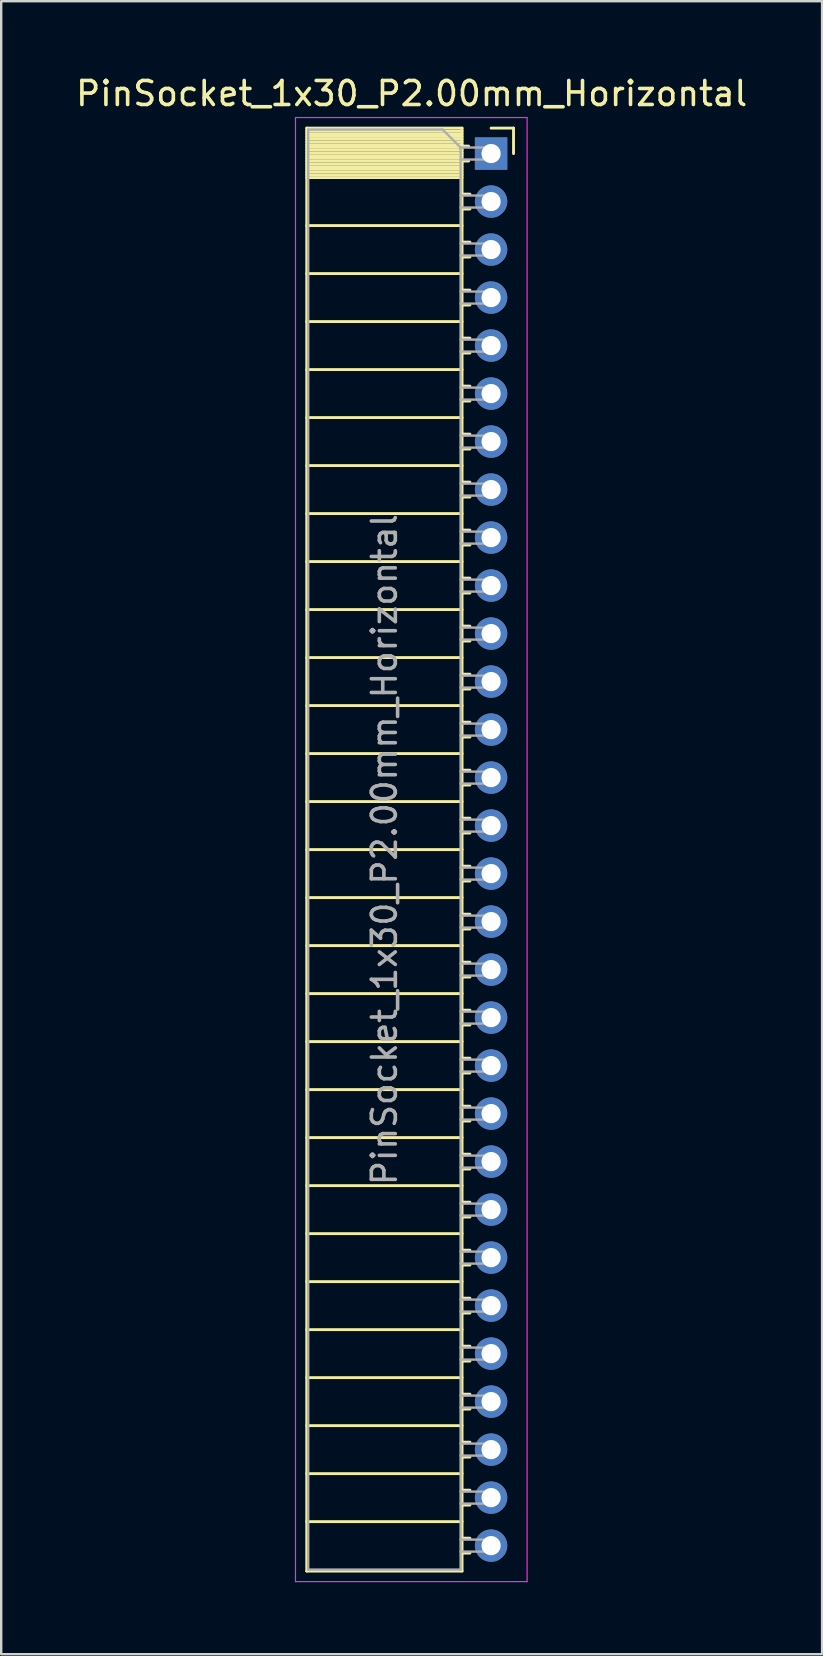
<source format=kicad_pcb>
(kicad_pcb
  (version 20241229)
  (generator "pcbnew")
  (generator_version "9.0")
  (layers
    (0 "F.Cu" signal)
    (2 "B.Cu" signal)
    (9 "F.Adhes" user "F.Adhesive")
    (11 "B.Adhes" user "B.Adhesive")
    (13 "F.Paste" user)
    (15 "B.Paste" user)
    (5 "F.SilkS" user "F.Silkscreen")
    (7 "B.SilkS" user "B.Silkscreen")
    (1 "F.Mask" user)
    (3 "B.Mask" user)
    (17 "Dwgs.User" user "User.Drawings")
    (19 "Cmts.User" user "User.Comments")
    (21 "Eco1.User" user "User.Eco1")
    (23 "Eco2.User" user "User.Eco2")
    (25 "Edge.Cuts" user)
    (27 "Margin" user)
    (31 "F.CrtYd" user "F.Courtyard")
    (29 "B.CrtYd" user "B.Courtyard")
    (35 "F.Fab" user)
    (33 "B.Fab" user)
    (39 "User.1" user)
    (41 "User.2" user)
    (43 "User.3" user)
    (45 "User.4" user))
  (footprint "PinSocket_1x30_P2.00mm_Horizontal"
    (layer "F.Cu")
    (at 17.411 3.348)
    (property "Reference" "PinSocket_1x30_P2.00mm_Horizontal" (at -3.31 -2.5 0) (layer "F.SilkS") (effects (font (size 1 1) (thickness 0.15))))
    (attr through_hole)
    (fp_line (start -7.68 -1.06) (end -7.68 59.06) (stroke (width 0.12) (type solid)) (layer "F.SilkS"))
    (fp_line (start -7.68 -1.06) (end -1.21 -1.06) (stroke (width 0.12) (type solid)) (layer "F.SilkS"))
    (fp_line (start -7.68 -0.94) (end -1.21 -0.94) (stroke (width 0.12) (type solid)) (layer "F.SilkS"))
    (fp_line (start -7.68 -0.826) (end -1.21 -0.826) (stroke (width 0.12) (type solid)) (layer "F.SilkS"))
    (fp_line (start -7.68 -0.712) (end -1.21 -0.712) (stroke (width 0.12) (type solid)) (layer "F.SilkS"))
    (fp_line (start -7.68 -0.598) (end -1.21 -0.598) (stroke (width 0.12) (type solid)) (layer "F.SilkS"))
    (fp_line (start -7.68 -0.484) (end -1.21 -0.484) (stroke (width 0.12) (type solid)) (layer "F.SilkS"))
    (fp_line (start -7.68 -0.369) (end -1.21 -0.369) (stroke (width 0.12) (type solid)) (layer "F.SilkS"))
    (fp_line (start -7.68 -0.255) (end -1.21 -0.255) (stroke (width 0.12) (type solid)) (layer "F.SilkS"))
    (fp_line (start -7.68 -0.141) (end -1.21 -0.141) (stroke (width 0.12) (type solid)) (layer "F.SilkS"))
    (fp_line (start -7.68 -0.027) (end -1.21 -0.027) (stroke (width 0.12) (type solid)) (layer "F.SilkS"))
    (fp_line (start -7.68 0.087) (end -1.21 0.087) (stroke (width 0.12) (type solid)) (layer "F.SilkS"))
    (fp_line (start -7.68 0.201) (end -1.21 0.201) (stroke (width 0.12) (type solid)) (layer "F.SilkS"))
    (fp_line (start -7.68 0.315) (end -1.21 0.315) (stroke (width 0.12) (type solid)) (layer "F.SilkS"))
    (fp_line (start -7.68 0.429) (end -1.21 0.429) (stroke (width 0.12) (type solid)) (layer "F.SilkS"))
    (fp_line (start -7.68 0.544) (end -1.21 0.544) (stroke (width 0.12) (type solid)) (layer "F.SilkS"))
    (fp_line (start -7.68 0.658) (end -1.21 0.658) (stroke (width 0.12) (type solid)) (layer "F.SilkS"))
    (fp_line (start -7.68 0.772) (end -1.21 0.772) (stroke (width 0.12) (type solid)) (layer "F.SilkS"))
    (fp_line (start -7.68 0.886) (end -1.21 0.886) (stroke (width 0.12) (type solid)) (layer "F.SilkS"))
    (fp_line (start -7.68 1) (end -1.21 1) (stroke (width 0.12) (type solid)) (layer "F.SilkS"))
    (fp_line (start -7.68 3) (end -1.21 3) (stroke (width 0.12) (type solid)) (layer "F.SilkS"))
    (fp_line (start -7.68 5) (end -1.21 5) (stroke (width 0.12) (type solid)) (layer "F.SilkS"))
    (fp_line (start -7.68 7) (end -1.21 7) (stroke (width 0.12) (type solid)) (layer "F.SilkS"))
    (fp_line (start -7.68 9) (end -1.21 9) (stroke (width 0.12) (type solid)) (layer "F.SilkS"))
    (fp_line (start -7.68 11) (end -1.21 11) (stroke (width 0.12) (type solid)) (layer "F.SilkS"))
    (fp_line (start -7.68 13) (end -1.21 13) (stroke (width 0.12) (type solid)) (layer "F.SilkS"))
    (fp_line (start -7.68 15) (end -1.21 15) (stroke (width 0.12) (type solid)) (layer "F.SilkS"))
    (fp_line (start -7.68 17) (end -1.21 17) (stroke (width 0.12) (type solid)) (layer "F.SilkS"))
    (fp_line (start -7.68 19) (end -1.21 19) (stroke (width 0.12) (type solid)) (layer "F.SilkS"))
    (fp_line (start -7.68 21) (end -1.21 21) (stroke (width 0.12) (type solid)) (layer "F.SilkS"))
    (fp_line (start -7.68 23) (end -1.21 23) (stroke (width 0.12) (type solid)) (layer "F.SilkS"))
    (fp_line (start -7.68 25) (end -1.21 25) (stroke (width 0.12) (type solid)) (layer "F.SilkS"))
    (fp_line (start -7.68 27) (end -1.21 27) (stroke (width 0.12) (type solid)) (layer "F.SilkS"))
    (fp_line (start -7.68 29) (end -1.21 29) (stroke (width 0.12) (type solid)) (layer "F.SilkS"))
    (fp_line (start -7.68 31) (end -1.21 31) (stroke (width 0.12) (type solid)) (layer "F.SilkS"))
    (fp_line (start -7.68 33) (end -1.21 33) (stroke (width 0.12) (type solid)) (layer "F.SilkS"))
    (fp_line (start -7.68 35) (end -1.21 35) (stroke (width 0.12) (type solid)) (layer "F.SilkS"))
    (fp_line (start -7.68 37) (end -1.21 37) (stroke (width 0.12) (type solid)) (layer "F.SilkS"))
    (fp_line (start -7.68 39) (end -1.21 39) (stroke (width 0.12) (type solid)) (layer "F.SilkS"))
    (fp_line (start -7.68 41) (end -1.21 41) (stroke (width 0.12) (type solid)) (layer "F.SilkS"))
    (fp_line (start -7.68 43) (end -1.21 43) (stroke (width 0.12) (type solid)) (layer "F.SilkS"))
    (fp_line (start -7.68 45) (end -1.21 45) (stroke (width 0.12) (type solid)) (layer "F.SilkS"))
    (fp_line (start -7.68 47) (end -1.21 47) (stroke (width 0.12) (type solid)) (layer "F.SilkS"))
    (fp_line (start -7.68 49) (end -1.21 49) (stroke (width 0.12) (type solid)) (layer "F.SilkS"))
    (fp_line (start -7.68 51) (end -1.21 51) (stroke (width 0.12) (type solid)) (layer "F.SilkS"))
    (fp_line (start -7.68 53) (end -1.21 53) (stroke (width 0.12) (type solid)) (layer "F.SilkS"))
    (fp_line (start -7.68 55) (end -1.21 55) (stroke (width 0.12) (type solid)) (layer "F.SilkS"))
    (fp_line (start -7.68 57) (end -1.21 57) (stroke (width 0.12) (type solid)) (layer "F.SilkS"))
    (fp_line (start -7.68 59.06) (end -1.21 59.06) (stroke (width 0.12) (type solid)) (layer "F.SilkS"))
    (fp_line (start -1.21 -1.06) (end -1.21 59.06) (stroke (width 0.12) (type solid)) (layer "F.SilkS"))
    (fp_line (start -1.21 -0.31) (end -0.935 -0.31) (stroke (width 0.12) (type solid)) (layer "F.SilkS"))
    (fp_line (start -1.21 0.31) (end -0.935 0.31) (stroke (width 0.12) (type solid)) (layer "F.SilkS"))
    (fp_line (start -1.21 1.69) (end -0.882 1.69) (stroke (width 0.12) (type solid)) (layer "F.SilkS"))
    (fp_line (start -1.21 2.31) (end -0.882 2.31) (stroke (width 0.12) (type solid)) (layer "F.SilkS"))
    (fp_line (start -1.21 3.69) (end -0.882 3.69) (stroke (width 0.12) (type solid)) (layer "F.SilkS"))
    (fp_line (start -1.21 4.31) (end -0.882 4.31) (stroke (width 0.12) (type solid)) (layer "F.SilkS"))
    (fp_line (start -1.21 5.69) (end -0.882 5.69) (stroke (width 0.12) (type solid)) (layer "F.SilkS"))
    (fp_line (start -1.21 6.31) (end -0.882 6.31) (stroke (width 0.12) (type solid)) (layer "F.SilkS"))
    (fp_line (start -1.21 7.69) (end -0.882 7.69) (stroke (width 0.12) (type solid)) (layer "F.SilkS"))
    (fp_line (start -1.21 8.31) (end -0.882 8.31) (stroke (width 0.12) (type solid)) (layer "F.SilkS"))
    (fp_line (start -1.21 9.69) (end -0.882 9.69) (stroke (width 0.12) (type solid)) (layer "F.SilkS"))
    (fp_line (start -1.21 10.31) (end -0.882 10.31) (stroke (width 0.12) (type solid)) (layer "F.SilkS"))
    (fp_line (start -1.21 11.69) (end -0.882 11.69) (stroke (width 0.12) (type solid)) (layer "F.SilkS"))
    (fp_line (start -1.21 12.31) (end -0.882 12.31) (stroke (width 0.12) (type solid)) (layer "F.SilkS"))
    (fp_line (start -1.21 13.69) (end -0.882 13.69) (stroke (width 0.12) (type solid)) (layer "F.SilkS"))
    (fp_line (start -1.21 14.31) (end -0.882 14.31) (stroke (width 0.12) (type solid)) (layer "F.SilkS"))
    (fp_line (start -1.21 15.69) (end -0.882 15.69) (stroke (width 0.12) (type solid)) (layer "F.SilkS"))
    (fp_line (start -1.21 16.31) (end -0.882 16.31) (stroke (width 0.12) (type solid)) (layer "F.SilkS"))
    (fp_line (start -1.21 17.69) (end -0.882 17.69) (stroke (width 0.12) (type solid)) (layer "F.SilkS"))
    (fp_line (start -1.21 18.31) (end -0.882 18.31) (stroke (width 0.12) (type solid)) (layer "F.SilkS"))
    (fp_line (start -1.21 19.69) (end -0.882 19.69) (stroke (width 0.12) (type solid)) (layer "F.SilkS"))
    (fp_line (start -1.21 20.31) (end -0.882 20.31) (stroke (width 0.12) (type solid)) (layer "F.SilkS"))
    (fp_line (start -1.21 21.69) (end -0.882 21.69) (stroke (width 0.12) (type solid)) (layer "F.SilkS"))
    (fp_line (start -1.21 22.31) (end -0.882 22.31) (stroke (width 0.12) (type solid)) (layer "F.SilkS"))
    (fp_line (start -1.21 23.69) (end -0.882 23.69) (stroke (width 0.12) (type solid)) (layer "F.SilkS"))
    (fp_line (start -1.21 24.31) (end -0.882 24.31) (stroke (width 0.12) (type solid)) (layer "F.SilkS"))
    (fp_line (start -1.21 25.69) (end -0.882 25.69) (stroke (width 0.12) (type solid)) (layer "F.SilkS"))
    (fp_line (start -1.21 26.31) (end -0.882 26.31) (stroke (width 0.12) (type solid)) (layer "F.SilkS"))
    (fp_line (start -1.21 27.69) (end -0.882 27.69) (stroke (width 0.12) (type solid)) (layer "F.SilkS"))
    (fp_line (start -1.21 28.31) (end -0.882 28.31) (stroke (width 0.12) (type solid)) (layer "F.SilkS"))
    (fp_line (start -1.21 29.69) (end -0.882 29.69) (stroke (width 0.12) (type solid)) (layer "F.SilkS"))
    (fp_line (start -1.21 30.31) (end -0.882 30.31) (stroke (width 0.12) (type solid)) (layer "F.SilkS"))
    (fp_line (start -1.21 31.69) (end -0.882 31.69) (stroke (width 0.12) (type solid)) (layer "F.SilkS"))
    (fp_line (start -1.21 32.31) (end -0.882 32.31) (stroke (width 0.12) (type solid)) (layer "F.SilkS"))
    (fp_line (start -1.21 33.69) (end -0.882 33.69) (stroke (width 0.12) (type solid)) (layer "F.SilkS"))
    (fp_line (start -1.21 34.31) (end -0.882 34.31) (stroke (width 0.12) (type solid)) (layer "F.SilkS"))
    (fp_line (start -1.21 35.69) (end -0.882 35.69) (stroke (width 0.12) (type solid)) (layer "F.SilkS"))
    (fp_line (start -1.21 36.31) (end -0.882 36.31) (stroke (width 0.12) (type solid)) (layer "F.SilkS"))
    (fp_line (start -1.21 37.69) (end -0.882 37.69) (stroke (width 0.12) (type solid)) (layer "F.SilkS"))
    (fp_line (start -1.21 38.31) (end -0.882 38.31) (stroke (width 0.12) (type solid)) (layer "F.SilkS"))
    (fp_line (start -1.21 39.69) (end -0.882 39.69) (stroke (width 0.12) (type solid)) (layer "F.SilkS"))
    (fp_line (start -1.21 40.31) (end -0.882 40.31) (stroke (width 0.12) (type solid)) (layer "F.SilkS"))
    (fp_line (start -1.21 41.69) (end -0.882 41.69) (stroke (width 0.12) (type solid)) (layer "F.SilkS"))
    (fp_line (start -1.21 42.31) (end -0.882 42.31) (stroke (width 0.12) (type solid)) (layer "F.SilkS"))
    (fp_line (start -1.21 43.69) (end -0.882 43.69) (stroke (width 0.12) (type solid)) (layer "F.SilkS"))
    (fp_line (start -1.21 44.31) (end -0.882 44.31) (stroke (width 0.12) (type solid)) (layer "F.SilkS"))
    (fp_line (start -1.21 45.69) (end -0.882 45.69) (stroke (width 0.12) (type solid)) (layer "F.SilkS"))
    (fp_line (start -1.21 46.31) (end -0.882 46.31) (stroke (width 0.12) (type solid)) (layer "F.SilkS"))
    (fp_line (start -1.21 47.69) (end -0.882 47.69) (stroke (width 0.12) (type solid)) (layer "F.SilkS"))
    (fp_line (start -1.21 48.31) (end -0.882 48.31) (stroke (width 0.12) (type solid)) (layer "F.SilkS"))
    (fp_line (start -1.21 49.69) (end -0.882 49.69) (stroke (width 0.12) (type solid)) (layer "F.SilkS"))
    (fp_line (start -1.21 50.31) (end -0.882 50.31) (stroke (width 0.12) (type solid)) (layer "F.SilkS"))
    (fp_line (start -1.21 51.69) (end -0.882 51.69) (stroke (width 0.12) (type solid)) (layer "F.SilkS"))
    (fp_line (start -1.21 52.31) (end -0.882 52.31) (stroke (width 0.12) (type solid)) (layer "F.SilkS"))
    (fp_line (start -1.21 53.69) (end -0.882 53.69) (stroke (width 0.12) (type solid)) (layer "F.SilkS"))
    (fp_line (start -1.21 54.31) (end -0.882 54.31) (stroke (width 0.12) (type solid)) (layer "F.SilkS"))
    (fp_line (start -1.21 55.69) (end -0.882 55.69) (stroke (width 0.12) (type solid)) (layer "F.SilkS"))
    (fp_line (start -1.21 56.31) (end -0.882 56.31) (stroke (width 0.12) (type solid)) (layer "F.SilkS"))
    (fp_line (start -1.21 57.69) (end -0.882 57.69) (stroke (width 0.12) (type solid)) (layer "F.SilkS"))
    (fp_line (start -1.21 58.31) (end -0.882 58.31) (stroke (width 0.12) (type solid)) (layer "F.SilkS"))
    (fp_line (start 0 -1.06) (end 0.935 -1.06) (stroke (width 0.12) (type solid)) (layer "F.SilkS"))
    (fp_line (start 0.935 -1.06) (end 0.935 0) (stroke (width 0.12) (type solid)) (layer "F.SilkS"))
    (fp_line (start -8.15 -1.5) (end -8.15 59.5) (stroke (width 0.05) (type solid)) (layer "F.CrtYd"))
    (fp_line (start -8.15 59.5) (end 1.5 59.5) (stroke (width 0.05) (type solid)) (layer "F.CrtYd"))
    (fp_line (start 1.5 -1.5) (end -8.15 -1.5) (stroke (width 0.05) (type solid)) (layer "F.CrtYd"))
    (fp_line (start 1.5 59.5) (end 1.5 -1.5) (stroke (width 0.05) (type solid)) (layer "F.CrtYd"))
    (fp_line (start -7.62 -1) (end -2.02 -1) (stroke (width 0.1) (type solid)) (layer "F.Fab"))
    (fp_line (start -7.62 59) (end -7.62 -1) (stroke (width 0.1) (type solid)) (layer "F.Fab"))
    (fp_line (start -2.02 -1) (end -1.27 -0.25) (stroke (width 0.1) (type solid)) (layer "F.Fab"))
    (fp_line (start -1.27 -0.25) (end -1.27 59) (stroke (width 0.1) (type solid)) (layer "F.Fab"))
    (fp_line (start -1.27 0.25) (end 0 0.25) (stroke (width 0.1) (type solid)) (layer "F.Fab"))
    (fp_line (start -1.27 2.25) (end 0 2.25) (stroke (width 0.1) (type solid)) (layer "F.Fab"))
    (fp_line (start -1.27 4.25) (end 0 4.25) (stroke (width 0.1) (type solid)) (layer "F.Fab"))
    (fp_line (start -1.27 6.25) (end 0 6.25) (stroke (width 0.1) (type solid)) (layer "F.Fab"))
    (fp_line (start -1.27 8.25) (end 0 8.25) (stroke (width 0.1) (type solid)) (layer "F.Fab"))
    (fp_line (start -1.27 10.25) (end 0 10.25) (stroke (width 0.1) (type solid)) (layer "F.Fab"))
    (fp_line (start -1.27 12.25) (end 0 12.25) (stroke (width 0.1) (type solid)) (layer "F.Fab"))
    (fp_line (start -1.27 14.25) (end 0 14.25) (stroke (width 0.1) (type solid)) (layer "F.Fab"))
    (fp_line (start -1.27 16.25) (end 0 16.25) (stroke (width 0.1) (type solid)) (layer "F.Fab"))
    (fp_line (start -1.27 18.25) (end 0 18.25) (stroke (width 0.1) (type solid)) (layer "F.Fab"))
    (fp_line (start -1.27 20.25) (end 0 20.25) (stroke (width 0.1) (type solid)) (layer "F.Fab"))
    (fp_line (start -1.27 22.25) (end 0 22.25) (stroke (width 0.1) (type solid)) (layer "F.Fab"))
    (fp_line (start -1.27 24.25) (end 0 24.25) (stroke (width 0.1) (type solid)) (layer "F.Fab"))
    (fp_line (start -1.27 26.25) (end 0 26.25) (stroke (width 0.1) (type solid)) (layer "F.Fab"))
    (fp_line (start -1.27 28.25) (end 0 28.25) (stroke (width 0.1) (type solid)) (layer "F.Fab"))
    (fp_line (start -1.27 30.25) (end 0 30.25) (stroke (width 0.1) (type solid)) (layer "F.Fab"))
    (fp_line (start -1.27 32.25) (end 0 32.25) (stroke (width 0.1) (type solid)) (layer "F.Fab"))
    (fp_line (start -1.27 34.25) (end 0 34.25) (stroke (width 0.1) (type solid)) (layer "F.Fab"))
    (fp_line (start -1.27 36.25) (end 0 36.25) (stroke (width 0.1) (type solid)) (layer "F.Fab"))
    (fp_line (start -1.27 38.25) (end 0 38.25) (stroke (width 0.1) (type solid)) (layer "F.Fab"))
    (fp_line (start -1.27 40.25) (end 0 40.25) (stroke (width 0.1) (type solid)) (layer "F.Fab"))
    (fp_line (start -1.27 42.25) (end 0 42.25) (stroke (width 0.1) (type solid)) (layer "F.Fab"))
    (fp_line (start -1.27 44.25) (end 0 44.25) (stroke (width 0.1) (type solid)) (layer "F.Fab"))
    (fp_line (start -1.27 46.25) (end 0 46.25) (stroke (width 0.1) (type solid)) (layer "F.Fab"))
    (fp_line (start -1.27 48.25) (end 0 48.25) (stroke (width 0.1) (type solid)) (layer "F.Fab"))
    (fp_line (start -1.27 50.25) (end 0 50.25) (stroke (width 0.1) (type solid)) (layer "F.Fab"))
    (fp_line (start -1.27 52.25) (end 0 52.25) (stroke (width 0.1) (type solid)) (layer "F.Fab"))
    (fp_line (start -1.27 54.25) (end 0 54.25) (stroke (width 0.1) (type solid)) (layer "F.Fab"))
    (fp_line (start -1.27 56.25) (end 0 56.25) (stroke (width 0.1) (type solid)) (layer "F.Fab"))
    (fp_line (start -1.27 58.25) (end 0 58.25) (stroke (width 0.1) (type solid)) (layer "F.Fab"))
    (fp_line (start -1.27 59) (end -7.62 59) (stroke (width 0.1) (type solid)) (layer "F.Fab"))
    (fp_line (start 0 -0.25) (end -1.27 -0.25) (stroke (width 0.1) (type solid)) (layer "F.Fab"))
    (fp_line (start 0 0.25) (end 0 -0.25) (stroke (width 0.1) (type solid)) (layer "F.Fab"))
    (fp_line (start 0 1.75) (end -1.27 1.75) (stroke (width 0.1) (type solid)) (layer "F.Fab"))
    (fp_line (start 0 2.25) (end 0 1.75) (stroke (width 0.1) (type solid)) (layer "F.Fab"))
    (fp_line (start 0 3.75) (end -1.27 3.75) (stroke (width 0.1) (type solid)) (layer "F.Fab"))
    (fp_line (start 0 4.25) (end 0 3.75) (stroke (width 0.1) (type solid)) (layer "F.Fab"))
    (fp_line (start 0 5.75) (end -1.27 5.75) (stroke (width 0.1) (type solid)) (layer "F.Fab"))
    (fp_line (start 0 6.25) (end 0 5.75) (stroke (width 0.1) (type solid)) (layer "F.Fab"))
    (fp_line (start 0 7.75) (end -1.27 7.75) (stroke (width 0.1) (type solid)) (layer "F.Fab"))
    (fp_line (start 0 8.25) (end 0 7.75) (stroke (width 0.1) (type solid)) (layer "F.Fab"))
    (fp_line (start 0 9.75) (end -1.27 9.75) (stroke (width 0.1) (type solid)) (layer "F.Fab"))
    (fp_line (start 0 10.25) (end 0 9.75) (stroke (width 0.1) (type solid)) (layer "F.Fab"))
    (fp_line (start 0 11.75) (end -1.27 11.75) (stroke (width 0.1) (type solid)) (layer "F.Fab"))
    (fp_line (start 0 12.25) (end 0 11.75) (stroke (width 0.1) (type solid)) (layer "F.Fab"))
    (fp_line (start 0 13.75) (end -1.27 13.75) (stroke (width 0.1) (type solid)) (layer "F.Fab"))
    (fp_line (start 0 14.25) (end 0 13.75) (stroke (width 0.1) (type solid)) (layer "F.Fab"))
    (fp_line (start 0 15.75) (end -1.27 15.75) (stroke (width 0.1) (type solid)) (layer "F.Fab"))
    (fp_line (start 0 16.25) (end 0 15.75) (stroke (width 0.1) (type solid)) (layer "F.Fab"))
    (fp_line (start 0 17.75) (end -1.27 17.75) (stroke (width 0.1) (type solid)) (layer "F.Fab"))
    (fp_line (start 0 18.25) (end 0 17.75) (stroke (width 0.1) (type solid)) (layer "F.Fab"))
    (fp_line (start 0 19.75) (end -1.27 19.75) (stroke (width 0.1) (type solid)) (layer "F.Fab"))
    (fp_line (start 0 20.25) (end 0 19.75) (stroke (width 0.1) (type solid)) (layer "F.Fab"))
    (fp_line (start 0 21.75) (end -1.27 21.75) (stroke (width 0.1) (type solid)) (layer "F.Fab"))
    (fp_line (start 0 22.25) (end 0 21.75) (stroke (width 0.1) (type solid)) (layer "F.Fab"))
    (fp_line (start 0 23.75) (end -1.27 23.75) (stroke (width 0.1) (type solid)) (layer "F.Fab"))
    (fp_line (start 0 24.25) (end 0 23.75) (stroke (width 0.1) (type solid)) (layer "F.Fab"))
    (fp_line (start 0 25.75) (end -1.27 25.75) (stroke (width 0.1) (type solid)) (layer "F.Fab"))
    (fp_line (start 0 26.25) (end 0 25.75) (stroke (width 0.1) (type solid)) (layer "F.Fab"))
    (fp_line (start 0 27.75) (end -1.27 27.75) (stroke (width 0.1) (type solid)) (layer "F.Fab"))
    (fp_line (start 0 28.25) (end 0 27.75) (stroke (width 0.1) (type solid)) (layer "F.Fab"))
    (fp_line (start 0 29.75) (end -1.27 29.75) (stroke (width 0.1) (type solid)) (layer "F.Fab"))
    (fp_line (start 0 30.25) (end 0 29.75) (stroke (width 0.1) (type solid)) (layer "F.Fab"))
    (fp_line (start 0 31.75) (end -1.27 31.75) (stroke (width 0.1) (type solid)) (layer "F.Fab"))
    (fp_line (start 0 32.25) (end 0 31.75) (stroke (width 0.1) (type solid)) (layer "F.Fab"))
    (fp_line (start 0 33.75) (end -1.27 33.75) (stroke (width 0.1) (type solid)) (layer "F.Fab"))
    (fp_line (start 0 34.25) (end 0 33.75) (stroke (width 0.1) (type solid)) (layer "F.Fab"))
    (fp_line (start 0 35.75) (end -1.27 35.75) (stroke (width 0.1) (type solid)) (layer "F.Fab"))
    (fp_line (start 0 36.25) (end 0 35.75) (stroke (width 0.1) (type solid)) (layer "F.Fab"))
    (fp_line (start 0 37.75) (end -1.27 37.75) (stroke (width 0.1) (type solid)) (layer "F.Fab"))
    (fp_line (start 0 38.25) (end 0 37.75) (stroke (width 0.1) (type solid)) (layer "F.Fab"))
    (fp_line (start 0 39.75) (end -1.27 39.75) (stroke (width 0.1) (type solid)) (layer "F.Fab"))
    (fp_line (start 0 40.25) (end 0 39.75) (stroke (width 0.1) (type solid)) (layer "F.Fab"))
    (fp_line (start 0 41.75) (end -1.27 41.75) (stroke (width 0.1) (type solid)) (layer "F.Fab"))
    (fp_line (start 0 42.25) (end 0 41.75) (stroke (width 0.1) (type solid)) (layer "F.Fab"))
    (fp_line (start 0 43.75) (end -1.27 43.75) (stroke (width 0.1) (type solid)) (layer "F.Fab"))
    (fp_line (start 0 44.25) (end 0 43.75) (stroke (width 0.1) (type solid)) (layer "F.Fab"))
    (fp_line (start 0 45.75) (end -1.27 45.75) (stroke (width 0.1) (type solid)) (layer "F.Fab"))
    (fp_line (start 0 46.25) (end 0 45.75) (stroke (width 0.1) (type solid)) (layer "F.Fab"))
    (fp_line (start 0 47.75) (end -1.27 47.75) (stroke (width 0.1) (type solid)) (layer "F.Fab"))
    (fp_line (start 0 48.25) (end 0 47.75) (stroke (width 0.1) (type solid)) (layer "F.Fab"))
    (fp_line (start 0 49.75) (end -1.27 49.75) (stroke (width 0.1) (type solid)) (layer "F.Fab"))
    (fp_line (start 0 50.25) (end 0 49.75) (stroke (width 0.1) (type solid)) (layer "F.Fab"))
    (fp_line (start 0 51.75) (end -1.27 51.75) (stroke (width 0.1) (type solid)) (layer "F.Fab"))
    (fp_line (start 0 52.25) (end 0 51.75) (stroke (width 0.1) (type solid)) (layer "F.Fab"))
    (fp_line (start 0 53.75) (end -1.27 53.75) (stroke (width 0.1) (type solid)) (layer "F.Fab"))
    (fp_line (start 0 54.25) (end 0 53.75) (stroke (width 0.1) (type solid)) (layer "F.Fab"))
    (fp_line (start 0 55.75) (end -1.27 55.75) (stroke (width 0.1) (type solid)) (layer "F.Fab"))
    (fp_line (start 0 56.25) (end 0 55.75) (stroke (width 0.1) (type solid)) (layer "F.Fab"))
    (fp_line (start 0 57.75) (end -1.27 57.75) (stroke (width 0.1) (type solid)) (layer "F.Fab"))
    (fp_line (start 0 58.25) (end 0 57.75) (stroke (width 0.1) (type solid)) (layer "F.Fab"))
    (fp_text user "${REFERENCE}" (at -4.445 29 90) (layer "F.Fab") (effects (font (size 1 1) (thickness 0.15))))
    (pad "1" thru_hole rect (at 0 0) (size 1.35 1.35) (drill 0.8) (layers "*.Cu" "*.Mask"))
    (pad "2" thru_hole oval (at 0 2) (size 1.35 1.35) (drill 0.8) (layers "*.Cu" "*.Mask"))
    (pad "3" thru_hole oval (at 0 4) (size 1.35 1.35) (drill 0.8) (layers "*.Cu" "*.Mask"))
    (pad "4" thru_hole oval (at 0 6) (size 1.35 1.35) (drill 0.8) (layers "*.Cu" "*.Mask"))
    (pad "5" thru_hole oval (at 0 8) (size 1.35 1.35) (drill 0.8) (layers "*.Cu" "*.Mask"))
    (pad "6" thru_hole oval (at 0 10) (size 1.35 1.35) (drill 0.8) (layers "*.Cu" "*.Mask"))
    (pad "7" thru_hole oval (at 0 12) (size 1.35 1.35) (drill 0.8) (layers "*.Cu" "*.Mask"))
    (pad "8" thru_hole oval (at 0 14) (size 1.35 1.35) (drill 0.8) (layers "*.Cu" "*.Mask"))
    (pad "9" thru_hole oval (at 0 16) (size 1.35 1.35) (drill 0.8) (layers "*.Cu" "*.Mask"))
    (pad "10" thru_hole oval (at 0 18) (size 1.35 1.35) (drill 0.8) (layers "*.Cu" "*.Mask"))
    (pad "11" thru_hole oval (at 0 20) (size 1.35 1.35) (drill 0.8) (layers "*.Cu" "*.Mask"))
    (pad "12" thru_hole oval (at 0 22) (size 1.35 1.35) (drill 0.8) (layers "*.Cu" "*.Mask"))
    (pad "13" thru_hole oval (at 0 24) (size 1.35 1.35) (drill 0.8) (layers "*.Cu" "*.Mask"))
    (pad "14" thru_hole oval (at 0 26) (size 1.35 1.35) (drill 0.8) (layers "*.Cu" "*.Mask"))
    (pad "15" thru_hole oval (at 0 28) (size 1.35 1.35) (drill 0.8) (layers "*.Cu" "*.Mask"))
    (pad "16" thru_hole oval (at 0 30) (size 1.35 1.35) (drill 0.8) (layers "*.Cu" "*.Mask"))
    (pad "17" thru_hole oval (at 0 32) (size 1.35 1.35) (drill 0.8) (layers "*.Cu" "*.Mask"))
    (pad "18" thru_hole oval (at 0 34) (size 1.35 1.35) (drill 0.8) (layers "*.Cu" "*.Mask"))
    (pad "19" thru_hole oval (at 0 36) (size 1.35 1.35) (drill 0.8) (layers "*.Cu" "*.Mask"))
    (pad "20" thru_hole oval (at 0 38) (size 1.35 1.35) (drill 0.8) (layers "*.Cu" "*.Mask"))
    (pad "21" thru_hole oval (at 0 40) (size 1.35 1.35) (drill 0.8) (layers "*.Cu" "*.Mask"))
    (pad "22" thru_hole oval (at 0 42) (size 1.35 1.35) (drill 0.8) (layers "*.Cu" "*.Mask"))
    (pad "23" thru_hole oval (at 0 44) (size 1.35 1.35) (drill 0.8) (layers "*.Cu" "*.Mask"))
    (pad "24" thru_hole oval (at 0 46) (size 1.35 1.35) (drill 0.8) (layers "*.Cu" "*.Mask"))
    (pad "25" thru_hole oval (at 0 48) (size 1.35 1.35) (drill 0.8) (layers "*.Cu" "*.Mask"))
    (pad "26" thru_hole oval (at 0 50) (size 1.35 1.35) (drill 0.8) (layers "*.Cu" "*.Mask"))
    (pad "27" thru_hole oval (at 0 52) (size 1.35 1.35) (drill 0.8) (layers "*.Cu" "*.Mask"))
    (pad "28" thru_hole oval (at 0 54) (size 1.35 1.35) (drill 0.8) (layers "*.Cu" "*.Mask"))
    (pad "29" thru_hole oval (at 0 56) (size 1.35 1.35) (drill 0.8) (layers "*.Cu" "*.Mask"))
    (pad "30" thru_hole oval (at 0 58) (size 1.35 1.35) (drill 0.8) (layers "*.Cu" "*.Mask")))
  (gr_rect
    (start -3 -3)
    (end 31.202 65.873)
    (stroke (width 0.1) (type default))
    (fill no)
    (layer "Edge.Cuts")))
</source>
